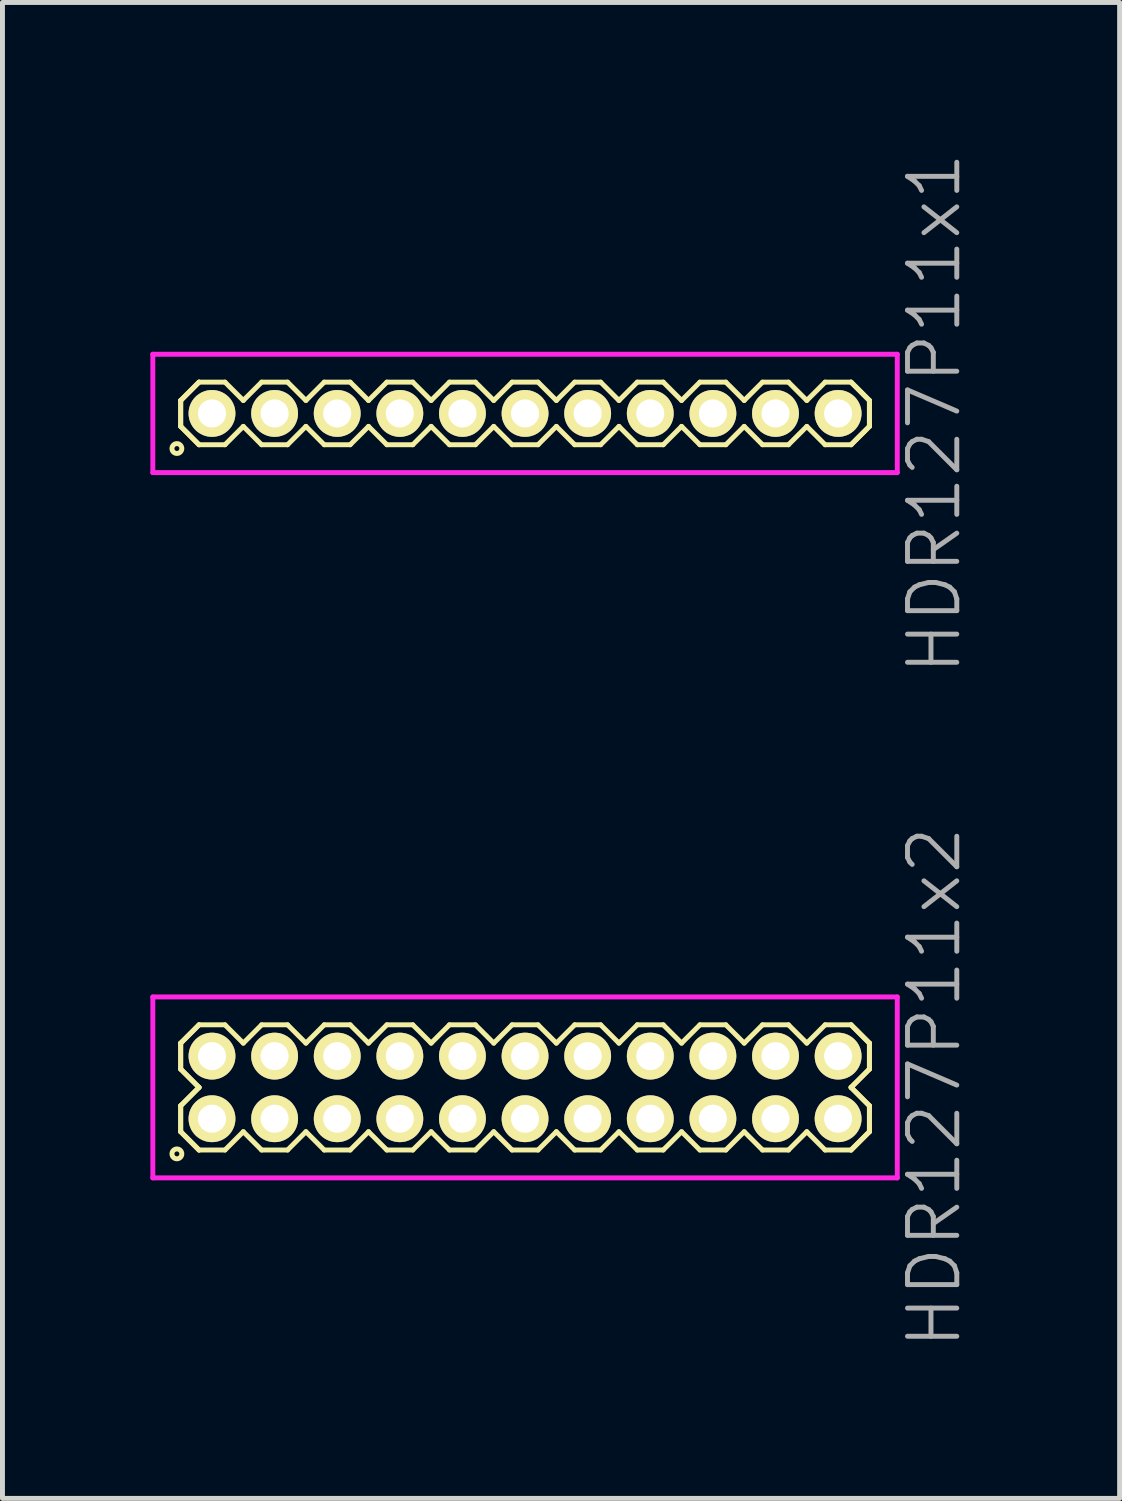
<source format=kicad_pcb>
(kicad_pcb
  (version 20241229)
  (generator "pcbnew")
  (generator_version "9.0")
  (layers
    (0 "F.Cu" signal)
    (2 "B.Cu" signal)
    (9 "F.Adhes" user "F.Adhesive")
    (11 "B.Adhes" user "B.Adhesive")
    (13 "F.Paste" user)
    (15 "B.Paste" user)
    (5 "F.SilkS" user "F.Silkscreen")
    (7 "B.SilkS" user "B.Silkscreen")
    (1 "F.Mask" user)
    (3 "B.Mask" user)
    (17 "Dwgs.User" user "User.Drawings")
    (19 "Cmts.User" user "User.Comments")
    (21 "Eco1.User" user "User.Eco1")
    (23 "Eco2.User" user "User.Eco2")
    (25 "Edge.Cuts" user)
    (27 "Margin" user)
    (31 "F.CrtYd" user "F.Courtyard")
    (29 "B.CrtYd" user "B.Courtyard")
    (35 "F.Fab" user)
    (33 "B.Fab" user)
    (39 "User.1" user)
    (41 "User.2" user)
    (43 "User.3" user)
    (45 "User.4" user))
  (footprint "HDR127P11x1"
    (layer "F.Cu")
    (at 7.6 5.336)
    (property "Reference" "HDR127P11x1" (at 8.3 0 90) (layer "F.Fab") (effects (font (size 1 1) (thickness 0.1))))
    (attr through_hole)
    (fp_line (start -6.985 -0.263) (end -6.613 -0.635) (stroke (width 0.1) (type solid)) (layer "F.SilkS"))
    (fp_line (start -6.985 -0.263) (end -6.613 -0.635) (stroke (width 0.1) (type solid)) (layer "F.SilkS"))
    (fp_line (start -6.985 0.263) (end -6.985 -0.263) (stroke (width 0.1) (type solid)) (layer "F.SilkS"))
    (fp_line (start -6.985 0.263) (end -6.985 -0.263) (stroke (width 0.1) (type solid)) (layer "F.SilkS"))
    (fp_line (start -6.613 -0.635) (end -6.087 -0.635) (stroke (width 0.1) (type solid)) (layer "F.SilkS"))
    (fp_line (start -6.613 0.635) (end -6.985 0.263) (stroke (width 0.1) (type solid)) (layer "F.SilkS"))
    (fp_line (start -6.613 0.635) (end -6.985 0.263) (stroke (width 0.1) (type solid)) (layer "F.SilkS"))
    (fp_line (start -6.087 -0.635) (end -5.715 -0.263) (stroke (width 0.1) (type solid)) (layer "F.SilkS"))
    (fp_line (start -6.087 0.635) (end -6.613 0.635) (stroke (width 0.1) (type solid)) (layer "F.SilkS"))
    (fp_line (start -5.715 -0.263) (end -5.343 -0.635) (stroke (width 0.1) (type solid)) (layer "F.SilkS"))
    (fp_line (start -5.715 0.263) (end -6.087 0.635) (stroke (width 0.1) (type solid)) (layer "F.SilkS"))
    (fp_line (start -5.343 -0.635) (end -4.817 -0.635) (stroke (width 0.1) (type solid)) (layer "F.SilkS"))
    (fp_line (start -5.343 0.635) (end -5.715 0.263) (stroke (width 0.1) (type solid)) (layer "F.SilkS"))
    (fp_line (start -4.817 -0.635) (end -4.445 -0.263) (stroke (width 0.1) (type solid)) (layer "F.SilkS"))
    (fp_line (start -4.817 0.635) (end -5.343 0.635) (stroke (width 0.1) (type solid)) (layer "F.SilkS"))
    (fp_line (start -4.445 -0.263) (end -4.073 -0.635) (stroke (width 0.1) (type solid)) (layer "F.SilkS"))
    (fp_line (start -4.445 0.263) (end -4.817 0.635) (stroke (width 0.1) (type solid)) (layer "F.SilkS"))
    (fp_line (start -4.073 -0.635) (end -3.547 -0.635) (stroke (width 0.1) (type solid)) (layer "F.SilkS"))
    (fp_line (start -4.073 0.635) (end -4.445 0.263) (stroke (width 0.1) (type solid)) (layer "F.SilkS"))
    (fp_line (start -3.547 -0.635) (end -3.175 -0.263) (stroke (width 0.1) (type solid)) (layer "F.SilkS"))
    (fp_line (start -3.547 0.635) (end -4.073 0.635) (stroke (width 0.1) (type solid)) (layer "F.SilkS"))
    (fp_line (start -3.175 -0.263) (end -2.803 -0.635) (stroke (width 0.1) (type solid)) (layer "F.SilkS"))
    (fp_line (start -3.175 0.263) (end -3.547 0.635) (stroke (width 0.1) (type solid)) (layer "F.SilkS"))
    (fp_line (start -2.803 -0.635) (end -2.277 -0.635) (stroke (width 0.1) (type solid)) (layer "F.SilkS"))
    (fp_line (start -2.803 0.635) (end -3.175 0.263) (stroke (width 0.1) (type solid)) (layer "F.SilkS"))
    (fp_line (start -2.277 -0.635) (end -1.905 -0.263) (stroke (width 0.1) (type solid)) (layer "F.SilkS"))
    (fp_line (start -2.277 0.635) (end -2.803 0.635) (stroke (width 0.1) (type solid)) (layer "F.SilkS"))
    (fp_line (start -1.905 -0.263) (end -1.533 -0.635) (stroke (width 0.1) (type solid)) (layer "F.SilkS"))
    (fp_line (start -1.905 0.263) (end -2.277 0.635) (stroke (width 0.1) (type solid)) (layer "F.SilkS"))
    (fp_line (start -1.533 -0.635) (end -1.007 -0.635) (stroke (width 0.1) (type solid)) (layer "F.SilkS"))
    (fp_line (start -1.533 0.635) (end -1.905 0.263) (stroke (width 0.1) (type solid)) (layer "F.SilkS"))
    (fp_line (start -1.007 -0.635) (end -0.635 -0.263) (stroke (width 0.1) (type solid)) (layer "F.SilkS"))
    (fp_line (start -1.007 0.635) (end -1.533 0.635) (stroke (width 0.1) (type solid)) (layer "F.SilkS"))
    (fp_line (start -0.635 -0.263) (end -0.263 -0.635) (stroke (width 0.1) (type solid)) (layer "F.SilkS"))
    (fp_line (start -0.635 0.263) (end -1.007 0.635) (stroke (width 0.1) (type solid)) (layer "F.SilkS"))
    (fp_line (start -0.263 -0.635) (end 0.263 -0.635) (stroke (width 0.1) (type solid)) (layer "F.SilkS"))
    (fp_line (start -0.263 0.635) (end -0.635 0.263) (stroke (width 0.1) (type solid)) (layer "F.SilkS"))
    (fp_line (start 0.263 -0.635) (end 0.635 -0.263) (stroke (width 0.1) (type solid)) (layer "F.SilkS"))
    (fp_line (start 0.263 0.635) (end -0.263 0.635) (stroke (width 0.1) (type solid)) (layer "F.SilkS"))
    (fp_line (start 0.635 -0.263) (end 1.007 -0.635) (stroke (width 0.1) (type solid)) (layer "F.SilkS"))
    (fp_line (start 0.635 0.263) (end 0.263 0.635) (stroke (width 0.1) (type solid)) (layer "F.SilkS"))
    (fp_line (start 1.007 -0.635) (end 1.533 -0.635) (stroke (width 0.1) (type solid)) (layer "F.SilkS"))
    (fp_line (start 1.007 0.635) (end 0.635 0.263) (stroke (width 0.1) (type solid)) (layer "F.SilkS"))
    (fp_line (start 1.533 -0.635) (end 1.905 -0.263) (stroke (width 0.1) (type solid)) (layer "F.SilkS"))
    (fp_line (start 1.533 0.635) (end 1.007 0.635) (stroke (width 0.1) (type solid)) (layer "F.SilkS"))
    (fp_line (start 1.905 -0.263) (end 2.277 -0.635) (stroke (width 0.1) (type solid)) (layer "F.SilkS"))
    (fp_line (start 1.905 0.263) (end 1.533 0.635) (stroke (width 0.1) (type solid)) (layer "F.SilkS"))
    (fp_line (start 2.277 -0.635) (end 2.803 -0.635) (stroke (width 0.1) (type solid)) (layer "F.SilkS"))
    (fp_line (start 2.277 0.635) (end 1.905 0.263) (stroke (width 0.1) (type solid)) (layer "F.SilkS"))
    (fp_line (start 2.803 -0.635) (end 3.175 -0.263) (stroke (width 0.1) (type solid)) (layer "F.SilkS"))
    (fp_line (start 2.803 0.635) (end 2.277 0.635) (stroke (width 0.1) (type solid)) (layer "F.SilkS"))
    (fp_line (start 3.175 -0.263) (end 3.547 -0.635) (stroke (width 0.1) (type solid)) (layer "F.SilkS"))
    (fp_line (start 3.175 0.263) (end 2.803 0.635) (stroke (width 0.1) (type solid)) (layer "F.SilkS"))
    (fp_line (start 3.547 -0.635) (end 4.073 -0.635) (stroke (width 0.1) (type solid)) (layer "F.SilkS"))
    (fp_line (start 3.547 0.635) (end 3.175 0.263) (stroke (width 0.1) (type solid)) (layer "F.SilkS"))
    (fp_line (start 4.073 -0.635) (end 4.445 -0.263) (stroke (width 0.1) (type solid)) (layer "F.SilkS"))
    (fp_line (start 4.073 0.635) (end 3.547 0.635) (stroke (width 0.1) (type solid)) (layer "F.SilkS"))
    (fp_line (start 4.445 -0.263) (end 4.817 -0.635) (stroke (width 0.1) (type solid)) (layer "F.SilkS"))
    (fp_line (start 4.445 0.263) (end 4.073 0.635) (stroke (width 0.1) (type solid)) (layer "F.SilkS"))
    (fp_line (start 4.817 -0.635) (end 5.343 -0.635) (stroke (width 0.1) (type solid)) (layer "F.SilkS"))
    (fp_line (start 4.817 0.635) (end 4.445 0.263) (stroke (width 0.1) (type solid)) (layer "F.SilkS"))
    (fp_line (start 5.343 -0.635) (end 5.715 -0.263) (stroke (width 0.1) (type solid)) (layer "F.SilkS"))
    (fp_line (start 5.343 0.635) (end 4.817 0.635) (stroke (width 0.1) (type solid)) (layer "F.SilkS"))
    (fp_line (start 5.715 -0.263) (end 6.087 -0.635) (stroke (width 0.1) (type solid)) (layer "F.SilkS"))
    (fp_line (start 5.715 0.263) (end 5.343 0.635) (stroke (width 0.1) (type solid)) (layer "F.SilkS"))
    (fp_line (start 6.087 -0.635) (end 6.613 -0.635) (stroke (width 0.1) (type solid)) (layer "F.SilkS"))
    (fp_line (start 6.087 0.635) (end 5.715 0.263) (stroke (width 0.1) (type solid)) (layer "F.SilkS"))
    (fp_line (start 6.613 -0.635) (end 6.985 -0.263) (stroke (width 0.1) (type solid)) (layer "F.SilkS"))
    (fp_line (start 6.613 -0.635) (end 6.985 -0.263) (stroke (width 0.1) (type solid)) (layer "F.SilkS"))
    (fp_line (start 6.613 0.635) (end 6.087 0.635) (stroke (width 0.1) (type solid)) (layer "F.SilkS"))
    (fp_line (start 6.985 -0.263) (end 6.985 0.263) (stroke (width 0.1) (type solid)) (layer "F.SilkS"))
    (fp_line (start 6.985 -0.263) (end 6.985 0.263) (stroke (width 0.1) (type solid)) (layer "F.SilkS"))
    (fp_line (start 6.985 0.263) (end 6.613 0.635) (stroke (width 0.1) (type solid)) (layer "F.SilkS"))
    (fp_line (start 6.985 0.263) (end 6.613 0.635) (stroke (width 0.1) (type solid)) (layer "F.SilkS"))
    (fp_circle (center -7.062 0.712) (end -6.962 0.712) (stroke (width 0.1) (type solid)) (fill no) (layer "F.SilkS"))
    (fp_line (start -7.55 -1.2) (end -7.55 1.2) (stroke (width 0.1) (type solid)) (layer "F.CrtYd"))
    (fp_line (start -7.55 1.2) (end 7.55 1.2) (stroke (width 0.1) (type solid)) (layer "F.CrtYd"))
    (fp_line (start 7.55 -1.2) (end -7.55 -1.2) (stroke (width 0.1) (type solid)) (layer "F.CrtYd"))
    (fp_line (start 7.55 1.2) (end 7.55 -1.2) (stroke (width 0.1) (type solid)) (layer "F.CrtYd"))
    (pad "1" thru_hole oval (at -6.35 0) (size 0.95 0.95) (drill 0.57) (layers "*.Cu" "*.Mask" "F.SilkS"))
    (pad "2" thru_hole oval (at -5.08 0) (size 0.95 0.95) (drill 0.57) (layers "*.Cu" "*.Mask" "F.SilkS"))
    (pad "3" thru_hole oval (at -3.81 0) (size 0.95 0.95) (drill 0.57) (layers "*.Cu" "*.Mask" "F.SilkS"))
    (pad "4" thru_hole oval (at -2.54 0) (size 0.95 0.95) (drill 0.57) (layers "*.Cu" "*.Mask" "F.SilkS"))
    (pad "5" thru_hole oval (at -1.27 0) (size 0.95 0.95) (drill 0.57) (layers "*.Cu" "*.Mask" "F.SilkS"))
    (pad "6" thru_hole oval (at 0 0) (size 0.95 0.95) (drill 0.57) (layers "*.Cu" "*.Mask" "F.SilkS"))
    (pad "7" thru_hole oval (at 1.27 0) (size 0.95 0.95) (drill 0.57) (layers "*.Cu" "*.Mask" "F.SilkS"))
    (pad "8" thru_hole oval (at 2.54 0) (size 0.95 0.95) (drill 0.57) (layers "*.Cu" "*.Mask" "F.SilkS"))
    (pad "9" thru_hole oval (at 3.81 0) (size 0.95 0.95) (drill 0.57) (layers "*.Cu" "*.Mask" "F.SilkS"))
    (pad "10" thru_hole oval (at 5.08 0) (size 0.95 0.95) (drill 0.57) (layers "*.Cu" "*.Mask" "F.SilkS"))
    (pad "11" thru_hole oval (at 6.35 0) (size 0.95 0.95) (drill 0.57) (layers "*.Cu" "*.Mask" "F.SilkS")))
  (footprint "HDR127P11x2"
    (layer "F.Cu")
    (at 7.6 19.007)
    (property "Reference" "HDR127P11x2" (at 8.3 0 90) (layer "F.Fab") (effects (font (size 1 1) (thickness 0.1))))
    (attr through_hole)
    (fp_line (start -6.985 -0.898) (end -6.613 -1.27) (stroke (width 0.1) (type solid)) (layer "F.SilkS"))
    (fp_line (start -6.985 -0.898) (end -6.613 -1.27) (stroke (width 0.1) (type solid)) (layer "F.SilkS"))
    (fp_line (start -6.985 -0.372) (end -6.985 -0.898) (stroke (width 0.1) (type solid)) (layer "F.SilkS"))
    (fp_line (start -6.985 -0.372) (end -6.985 -0.898) (stroke (width 0.1) (type solid)) (layer "F.SilkS"))
    (fp_line (start -6.985 0.372) (end -6.613 0) (stroke (width 0.1) (type solid)) (layer "F.SilkS"))
    (fp_line (start -6.985 0.372) (end -6.613 0) (stroke (width 0.1) (type solid)) (layer "F.SilkS"))
    (fp_line (start -6.985 0.898) (end -6.985 0.372) (stroke (width 0.1) (type solid)) (layer "F.SilkS"))
    (fp_line (start -6.985 0.898) (end -6.985 0.372) (stroke (width 0.1) (type solid)) (layer "F.SilkS"))
    (fp_line (start -6.613 -1.27) (end -6.087 -1.27) (stroke (width 0.1) (type solid)) (layer "F.SilkS"))
    (fp_line (start -6.613 0) (end -6.985 -0.372) (stroke (width 0.1) (type solid)) (layer "F.SilkS"))
    (fp_line (start -6.613 0) (end -6.985 -0.372) (stroke (width 0.1) (type solid)) (layer "F.SilkS"))
    (fp_line (start -6.613 1.27) (end -6.985 0.898) (stroke (width 0.1) (type solid)) (layer "F.SilkS"))
    (fp_line (start -6.613 1.27) (end -6.985 0.898) (stroke (width 0.1) (type solid)) (layer "F.SilkS"))
    (fp_line (start -6.087 -1.27) (end -5.715 -0.898) (stroke (width 0.1) (type solid)) (layer "F.SilkS"))
    (fp_line (start -6.087 1.27) (end -6.613 1.27) (stroke (width 0.1) (type solid)) (layer "F.SilkS"))
    (fp_line (start -5.715 -0.898) (end -5.343 -1.27) (stroke (width 0.1) (type solid)) (layer "F.SilkS"))
    (fp_line (start -5.715 0.898) (end -6.087 1.27) (stroke (width 0.1) (type solid)) (layer "F.SilkS"))
    (fp_line (start -5.343 -1.27) (end -4.817 -1.27) (stroke (width 0.1) (type solid)) (layer "F.SilkS"))
    (fp_line (start -5.343 1.27) (end -5.715 0.898) (stroke (width 0.1) (type solid)) (layer "F.SilkS"))
    (fp_line (start -4.817 -1.27) (end -4.445 -0.898) (stroke (width 0.1) (type solid)) (layer "F.SilkS"))
    (fp_line (start -4.817 1.27) (end -5.343 1.27) (stroke (width 0.1) (type solid)) (layer "F.SilkS"))
    (fp_line (start -4.445 -0.898) (end -4.073 -1.27) (stroke (width 0.1) (type solid)) (layer "F.SilkS"))
    (fp_line (start -4.445 0.898) (end -4.817 1.27) (stroke (width 0.1) (type solid)) (layer "F.SilkS"))
    (fp_line (start -4.073 -1.27) (end -3.547 -1.27) (stroke (width 0.1) (type solid)) (layer "F.SilkS"))
    (fp_line (start -4.073 1.27) (end -4.445 0.898) (stroke (width 0.1) (type solid)) (layer "F.SilkS"))
    (fp_line (start -3.547 -1.27) (end -3.175 -0.898) (stroke (width 0.1) (type solid)) (layer "F.SilkS"))
    (fp_line (start -3.547 1.27) (end -4.073 1.27) (stroke (width 0.1) (type solid)) (layer "F.SilkS"))
    (fp_line (start -3.175 -0.898) (end -2.803 -1.27) (stroke (width 0.1) (type solid)) (layer "F.SilkS"))
    (fp_line (start -3.175 0.898) (end -3.547 1.27) (stroke (width 0.1) (type solid)) (layer "F.SilkS"))
    (fp_line (start -2.803 -1.27) (end -2.277 -1.27) (stroke (width 0.1) (type solid)) (layer "F.SilkS"))
    (fp_line (start -2.803 1.27) (end -3.175 0.898) (stroke (width 0.1) (type solid)) (layer "F.SilkS"))
    (fp_line (start -2.277 -1.27) (end -1.905 -0.898) (stroke (width 0.1) (type solid)) (layer "F.SilkS"))
    (fp_line (start -2.277 1.27) (end -2.803 1.27) (stroke (width 0.1) (type solid)) (layer "F.SilkS"))
    (fp_line (start -1.905 -0.898) (end -1.533 -1.27) (stroke (width 0.1) (type solid)) (layer "F.SilkS"))
    (fp_line (start -1.905 0.898) (end -2.277 1.27) (stroke (width 0.1) (type solid)) (layer "F.SilkS"))
    (fp_line (start -1.533 -1.27) (end -1.007 -1.27) (stroke (width 0.1) (type solid)) (layer "F.SilkS"))
    (fp_line (start -1.533 1.27) (end -1.905 0.898) (stroke (width 0.1) (type solid)) (layer "F.SilkS"))
    (fp_line (start -1.007 -1.27) (end -0.635 -0.898) (stroke (width 0.1) (type solid)) (layer "F.SilkS"))
    (fp_line (start -1.007 1.27) (end -1.533 1.27) (stroke (width 0.1) (type solid)) (layer "F.SilkS"))
    (fp_line (start -0.635 -0.898) (end -0.263 -1.27) (stroke (width 0.1) (type solid)) (layer "F.SilkS"))
    (fp_line (start -0.635 0.898) (end -1.007 1.27) (stroke (width 0.1) (type solid)) (layer "F.SilkS"))
    (fp_line (start -0.263 -1.27) (end 0.263 -1.27) (stroke (width 0.1) (type solid)) (layer "F.SilkS"))
    (fp_line (start -0.263 1.27) (end -0.635 0.898) (stroke (width 0.1) (type solid)) (layer "F.SilkS"))
    (fp_line (start 0.263 -1.27) (end 0.635 -0.898) (stroke (width 0.1) (type solid)) (layer "F.SilkS"))
    (fp_line (start 0.263 1.27) (end -0.263 1.27) (stroke (width 0.1) (type solid)) (layer "F.SilkS"))
    (fp_line (start 0.635 -0.898) (end 1.007 -1.27) (stroke (width 0.1) (type solid)) (layer "F.SilkS"))
    (fp_line (start 0.635 0.898) (end 0.263 1.27) (stroke (width 0.1) (type solid)) (layer "F.SilkS"))
    (fp_line (start 1.007 -1.27) (end 1.533 -1.27) (stroke (width 0.1) (type solid)) (layer "F.SilkS"))
    (fp_line (start 1.007 1.27) (end 0.635 0.898) (stroke (width 0.1) (type solid)) (layer "F.SilkS"))
    (fp_line (start 1.533 -1.27) (end 1.905 -0.898) (stroke (width 0.1) (type solid)) (layer "F.SilkS"))
    (fp_line (start 1.533 1.27) (end 1.007 1.27) (stroke (width 0.1) (type solid)) (layer "F.SilkS"))
    (fp_line (start 1.905 -0.898) (end 2.277 -1.27) (stroke (width 0.1) (type solid)) (layer "F.SilkS"))
    (fp_line (start 1.905 0.898) (end 1.533 1.27) (stroke (width 0.1) (type solid)) (layer "F.SilkS"))
    (fp_line (start 2.277 -1.27) (end 2.803 -1.27) (stroke (width 0.1) (type solid)) (layer "F.SilkS"))
    (fp_line (start 2.277 1.27) (end 1.905 0.898) (stroke (width 0.1) (type solid)) (layer "F.SilkS"))
    (fp_line (start 2.803 -1.27) (end 3.175 -0.898) (stroke (width 0.1) (type solid)) (layer "F.SilkS"))
    (fp_line (start 2.803 1.27) (end 2.277 1.27) (stroke (width 0.1) (type solid)) (layer "F.SilkS"))
    (fp_line (start 3.175 -0.898) (end 3.547 -1.27) (stroke (width 0.1) (type solid)) (layer "F.SilkS"))
    (fp_line (start 3.175 0.898) (end 2.803 1.27) (stroke (width 0.1) (type solid)) (layer "F.SilkS"))
    (fp_line (start 3.547 -1.27) (end 4.073 -1.27) (stroke (width 0.1) (type solid)) (layer "F.SilkS"))
    (fp_line (start 3.547 1.27) (end 3.175 0.898) (stroke (width 0.1) (type solid)) (layer "F.SilkS"))
    (fp_line (start 4.073 -1.27) (end 4.445 -0.898) (stroke (width 0.1) (type solid)) (layer "F.SilkS"))
    (fp_line (start 4.073 1.27) (end 3.547 1.27) (stroke (width 0.1) (type solid)) (layer "F.SilkS"))
    (fp_line (start 4.445 -0.898) (end 4.817 -1.27) (stroke (width 0.1) (type solid)) (layer "F.SilkS"))
    (fp_line (start 4.445 0.898) (end 4.073 1.27) (stroke (width 0.1) (type solid)) (layer "F.SilkS"))
    (fp_line (start 4.817 -1.27) (end 5.343 -1.27) (stroke (width 0.1) (type solid)) (layer "F.SilkS"))
    (fp_line (start 4.817 1.27) (end 4.445 0.898) (stroke (width 0.1) (type solid)) (layer "F.SilkS"))
    (fp_line (start 5.343 -1.27) (end 5.715 -0.898) (stroke (width 0.1) (type solid)) (layer "F.SilkS"))
    (fp_line (start 5.343 1.27) (end 4.817 1.27) (stroke (width 0.1) (type solid)) (layer "F.SilkS"))
    (fp_line (start 5.715 -0.898) (end 6.087 -1.27) (stroke (width 0.1) (type solid)) (layer "F.SilkS"))
    (fp_line (start 5.715 0.898) (end 5.343 1.27) (stroke (width 0.1) (type solid)) (layer "F.SilkS"))
    (fp_line (start 6.087 -1.27) (end 6.613 -1.27) (stroke (width 0.1) (type solid)) (layer "F.SilkS"))
    (fp_line (start 6.087 1.27) (end 5.715 0.898) (stroke (width 0.1) (type solid)) (layer "F.SilkS"))
    (fp_line (start 6.613 -1.27) (end 6.985 -0.898) (stroke (width 0.1) (type solid)) (layer "F.SilkS"))
    (fp_line (start 6.613 -1.27) (end 6.985 -0.898) (stroke (width 0.1) (type solid)) (layer "F.SilkS"))
    (fp_line (start 6.613 0) (end 6.985 0.372) (stroke (width 0.1) (type solid)) (layer "F.SilkS"))
    (fp_line (start 6.613 0) (end 6.985 0.372) (stroke (width 0.1) (type solid)) (layer "F.SilkS"))
    (fp_line (start 6.613 1.27) (end 6.087 1.27) (stroke (width 0.1) (type solid)) (layer "F.SilkS"))
    (fp_line (start 6.985 -0.898) (end 6.985 -0.372) (stroke (width 0.1) (type solid)) (layer "F.SilkS"))
    (fp_line (start 6.985 -0.898) (end 6.985 -0.372) (stroke (width 0.1) (type solid)) (layer "F.SilkS"))
    (fp_line (start 6.985 -0.372) (end 6.613 0) (stroke (width 0.1) (type solid)) (layer "F.SilkS"))
    (fp_line (start 6.985 -0.372) (end 6.613 0) (stroke (width 0.1) (type solid)) (layer "F.SilkS"))
    (fp_line (start 6.985 0.372) (end 6.985 0.898) (stroke (width 0.1) (type solid)) (layer "F.SilkS"))
    (fp_line (start 6.985 0.372) (end 6.985 0.898) (stroke (width 0.1) (type solid)) (layer "F.SilkS"))
    (fp_line (start 6.985 0.898) (end 6.613 1.27) (stroke (width 0.1) (type solid)) (layer "F.SilkS"))
    (fp_line (start 6.985 0.898) (end 6.613 1.27) (stroke (width 0.1) (type solid)) (layer "F.SilkS"))
    (fp_circle (center -7.062 1.348) (end -6.962 1.348) (stroke (width 0.1) (type solid)) (fill no) (layer "F.SilkS"))
    (fp_line (start -7.55 -1.835) (end -7.55 1.835) (stroke (width 0.1) (type solid)) (layer "F.CrtYd"))
    (fp_line (start -7.55 1.835) (end 7.55 1.835) (stroke (width 0.1) (type solid)) (layer "F.CrtYd"))
    (fp_line (start 7.55 -1.835) (end -7.55 -1.835) (stroke (width 0.1) (type solid)) (layer "F.CrtYd"))
    (fp_line (start 7.55 1.835) (end 7.55 -1.835) (stroke (width 0.1) (type solid)) (layer "F.CrtYd"))
    (pad "1" thru_hole oval (at -6.35 0.635) (size 0.95 0.95) (drill 0.57) (layers "*.Cu" "*.Mask" "F.SilkS"))
    (pad "2" thru_hole oval (at -6.35 -0.635) (size 0.95 0.95) (drill 0.57) (layers "*.Cu" "*.Mask" "F.SilkS"))
    (pad "3" thru_hole oval (at -5.08 0.635) (size 0.95 0.95) (drill 0.57) (layers "*.Cu" "*.Mask" "F.SilkS"))
    (pad "4" thru_hole oval (at -5.08 -0.635) (size 0.95 0.95) (drill 0.57) (layers "*.Cu" "*.Mask" "F.SilkS"))
    (pad "5" thru_hole oval (at -3.81 0.635) (size 0.95 0.95) (drill 0.57) (layers "*.Cu" "*.Mask" "F.SilkS"))
    (pad "6" thru_hole oval (at -3.81 -0.635) (size 0.95 0.95) (drill 0.57) (layers "*.Cu" "*.Mask" "F.SilkS"))
    (pad "7" thru_hole oval (at -2.54 0.635) (size 0.95 0.95) (drill 0.57) (layers "*.Cu" "*.Mask" "F.SilkS"))
    (pad "8" thru_hole oval (at -2.54 -0.635) (size 0.95 0.95) (drill 0.57) (layers "*.Cu" "*.Mask" "F.SilkS"))
    (pad "9" thru_hole oval (at -1.27 0.635) (size 0.95 0.95) (drill 0.57) (layers "*.Cu" "*.Mask" "F.SilkS"))
    (pad "10" thru_hole oval (at -1.27 -0.635) (size 0.95 0.95) (drill 0.57) (layers "*.Cu" "*.Mask" "F.SilkS"))
    (pad "11" thru_hole oval (at 0 0.635) (size 0.95 0.95) (drill 0.57) (layers "*.Cu" "*.Mask" "F.SilkS"))
    (pad "12" thru_hole oval (at 0 -0.635) (size 0.95 0.95) (drill 0.57) (layers "*.Cu" "*.Mask" "F.SilkS"))
    (pad "13" thru_hole oval (at 1.27 0.635) (size 0.95 0.95) (drill 0.57) (layers "*.Cu" "*.Mask" "F.SilkS"))
    (pad "14" thru_hole oval (at 1.27 -0.635) (size 0.95 0.95) (drill 0.57) (layers "*.Cu" "*.Mask" "F.SilkS"))
    (pad "15" thru_hole oval (at 2.54 0.635) (size 0.95 0.95) (drill 0.57) (layers "*.Cu" "*.Mask" "F.SilkS"))
    (pad "16" thru_hole oval (at 2.54 -0.635) (size 0.95 0.95) (drill 0.57) (layers "*.Cu" "*.Mask" "F.SilkS"))
    (pad "17" thru_hole oval (at 3.81 0.635) (size 0.95 0.95) (drill 0.57) (layers "*.Cu" "*.Mask" "F.SilkS"))
    (pad "18" thru_hole oval (at 3.81 -0.635) (size 0.95 0.95) (drill 0.57) (layers "*.Cu" "*.Mask" "F.SilkS"))
    (pad "19" thru_hole oval (at 5.08 0.635) (size 0.95 0.95) (drill 0.57) (layers "*.Cu" "*.Mask" "F.SilkS"))
    (pad "20" thru_hole oval (at 5.08 -0.635) (size 0.95 0.95) (drill 0.57) (layers "*.Cu" "*.Mask" "F.SilkS"))
    (pad "21" thru_hole oval (at 6.35 0.635) (size 0.95 0.95) (drill 0.57) (layers "*.Cu" "*.Mask" "F.SilkS"))
    (pad "22" thru_hole oval (at 6.35 -0.635) (size 0.95 0.95) (drill 0.57) (layers "*.Cu" "*.Mask" "F.SilkS")))
  (gr_rect
    (start -3 -3)
    (end 19.66 27.343)
    (stroke (width 0.1) (type default))
    (fill no)
    (layer "Edge.Cuts")))
</source>
